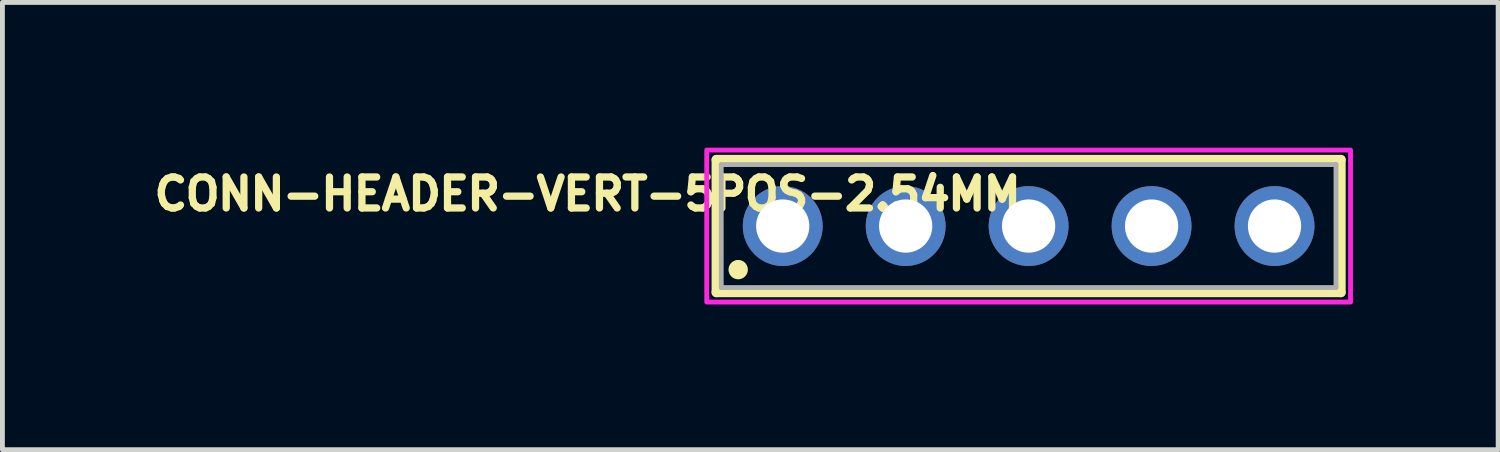
<source format=kicad_pcb>
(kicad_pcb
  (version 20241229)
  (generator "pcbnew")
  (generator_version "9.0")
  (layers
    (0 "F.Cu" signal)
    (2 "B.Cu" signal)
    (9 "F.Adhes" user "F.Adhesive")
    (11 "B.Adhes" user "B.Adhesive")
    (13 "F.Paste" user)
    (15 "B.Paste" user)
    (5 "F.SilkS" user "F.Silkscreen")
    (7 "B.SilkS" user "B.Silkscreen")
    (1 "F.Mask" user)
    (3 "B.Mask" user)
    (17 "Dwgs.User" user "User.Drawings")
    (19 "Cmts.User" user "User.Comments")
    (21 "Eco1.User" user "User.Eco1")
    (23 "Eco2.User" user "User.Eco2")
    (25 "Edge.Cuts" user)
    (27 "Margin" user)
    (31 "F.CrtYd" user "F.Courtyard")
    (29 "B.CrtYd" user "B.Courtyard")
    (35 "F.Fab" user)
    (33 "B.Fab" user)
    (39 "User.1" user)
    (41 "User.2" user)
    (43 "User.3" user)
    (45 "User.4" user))
  (footprint "CONN-HEADER-VERT-5POS-2.54MM"
    (layer "F.Cu")
    (at 18.2 1.62)
    (property "Reference" "CONN-HEADER-VERT-5POS-2.54MM" (at -9.11 -0.662 0) (layer "F.SilkS") (effects (font (size 0.64 0.64) (thickness 0.15))))
    (attr through_hole)
    (fp_line (start -6.45 -1.37) (end 6.45 -1.37) (stroke (width 0.2) (type solid)) (layer "F.SilkS"))
    (fp_line (start -6.45 1.37) (end -6.45 -1.37) (stroke (width 0.2) (type solid)) (layer "F.SilkS"))
    (fp_line (start 6.45 -1.37) (end 6.45 1.37) (stroke (width 0.2) (type solid)) (layer "F.SilkS"))
    (fp_line (start 6.45 1.37) (end -6.45 1.37) (stroke (width 0.2) (type solid)) (layer "F.SilkS"))
    (fp_circle (center -6 0.9) (end -5.9 0.9) (stroke (width 0.2) (type solid)) (fill no) (layer "F.SilkS"))
    (fp_poly (pts (xy -6.65 -1.57) (xy 6.65 -1.57) (xy 6.65 1.57) (xy -6.65 1.57)) (stroke (width 0.1) (type solid)) (fill no) (layer "F.CrtYd"))
    (fp_line (start -6.35 -1.27) (end -6.35 1.27) (stroke (width 0.1) (type solid)) (layer "F.Fab"))
    (fp_line (start -6.35 1.27) (end 6.35 1.27) (stroke (width 0.1) (type solid)) (layer "F.Fab"))
    (fp_line (start 6.35 -1.27) (end -6.35 -1.27) (stroke (width 0.1) (type solid)) (layer "F.Fab"))
    (fp_line (start 6.35 1.27) (end 6.35 -1.27) (stroke (width 0.1) (type solid)) (layer "F.Fab"))
    (pad "1" thru_hole circle (at -5.08 0) (size 1.65 1.65) (drill 1.1) (layers "*.Cu" "*.Mask"))
    (pad "2" thru_hole circle (at -2.54 0) (size 1.65 1.65) (drill 1.1) (layers "*.Cu" "*.Mask"))
    (pad "3" thru_hole circle (at 0 0) (size 1.65 1.65) (drill 1.1) (layers "*.Cu" "*.Mask"))
    (pad "4" thru_hole circle (at 2.54 0) (size 1.65 1.65) (drill 1.1) (layers "*.Cu" "*.Mask"))
    (pad "5" thru_hole circle (at 5.08 0) (size 1.65 1.65) (drill 1.1) (layers "*.Cu" "*.Mask")))
  (gr_rect
    (start -3 -3)
    (end 27.9 6.24)
    (stroke (width 0.1) (type default))
    (fill no)
    (layer "Edge.Cuts")))
</source>
